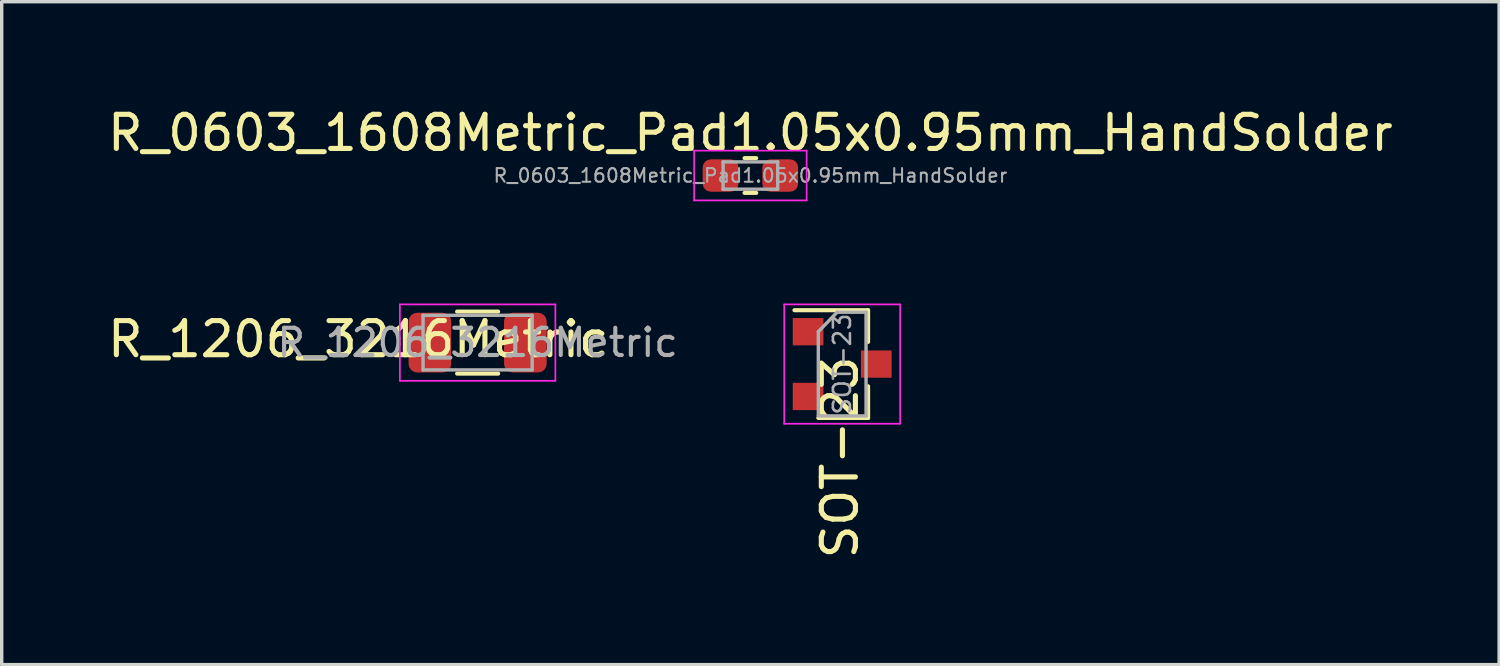
<source format=kicad_pcb>
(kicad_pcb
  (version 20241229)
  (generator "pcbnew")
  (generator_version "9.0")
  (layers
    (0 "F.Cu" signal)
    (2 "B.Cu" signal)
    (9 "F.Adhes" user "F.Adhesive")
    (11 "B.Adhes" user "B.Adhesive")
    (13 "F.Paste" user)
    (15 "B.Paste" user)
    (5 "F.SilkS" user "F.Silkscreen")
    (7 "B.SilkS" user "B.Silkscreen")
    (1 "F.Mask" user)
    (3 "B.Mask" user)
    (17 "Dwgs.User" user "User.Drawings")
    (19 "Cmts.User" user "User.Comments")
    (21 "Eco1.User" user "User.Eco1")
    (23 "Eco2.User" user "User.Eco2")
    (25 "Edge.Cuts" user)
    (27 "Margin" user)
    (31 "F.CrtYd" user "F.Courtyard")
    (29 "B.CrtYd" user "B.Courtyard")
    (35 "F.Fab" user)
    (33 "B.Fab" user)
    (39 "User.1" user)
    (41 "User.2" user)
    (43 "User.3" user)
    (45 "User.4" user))
  (footprint "R_0603_1608Metric_Pad1.05x0.95mm_HandSolder"
    (layer "F.Cu")
    (at 18.958 2.098)
    (property "Reference" "R_0603_1608Metric_Pad1.05x0.95mm_HandSolder" (at 0 -1.25 0) (layer "F.SilkS") (effects (font (size 1 1) (thickness 0.15))))
    (attr smd)
    (fp_line (start -0.171 -0.51) (end 0.171 -0.51) (stroke (width 0.12) (type solid)) (layer "F.SilkS"))
    (fp_line (start -0.171 0.51) (end 0.171 0.51) (stroke (width 0.12) (type solid)) (layer "F.SilkS"))
    (fp_line (start -1.65 -0.73) (end 1.65 -0.73) (stroke (width 0.05) (type solid)) (layer "F.CrtYd"))
    (fp_line (start -1.65 0.73) (end -1.65 -0.73) (stroke (width 0.05) (type solid)) (layer "F.CrtYd"))
    (fp_line (start 1.65 -0.73) (end 1.65 0.73) (stroke (width 0.05) (type solid)) (layer "F.CrtYd"))
    (fp_line (start 1.65 0.73) (end -1.65 0.73) (stroke (width 0.05) (type solid)) (layer "F.CrtYd"))
    (fp_line (start -0.8 -0.4) (end 0.8 -0.4) (stroke (width 0.1) (type solid)) (layer "F.Fab"))
    (fp_line (start -0.8 0.4) (end -0.8 -0.4) (stroke (width 0.1) (type solid)) (layer "F.Fab"))
    (fp_line (start 0.8 -0.4) (end 0.8 0.4) (stroke (width 0.1) (type solid)) (layer "F.Fab"))
    (fp_line (start 0.8 0.4) (end -0.8 0.4) (stroke (width 0.1) (type solid)) (layer "F.Fab"))
    (fp_text user "${REFERENCE}" (at 0 0 0) (layer "F.Fab") (effects (font (size 0.4 0.4) (thickness 0.06))))
    (pad "1" smd roundrect (at -0.875 0) (size 1.05 0.95) (layers "F.Cu" "F.Mask" "F.Paste") (roundrect_rratio 0.25))
    (pad "2" smd roundrect (at 0.875 0) (size 1.05 0.95) (layers "F.Cu" "F.Mask" "F.Paste") (roundrect_rratio 0.25)))
  (footprint "R_1206_3216Metric"
    (layer "F.Cu")
    (at 10.958 6.998)
    (property "Reference" "R_1206_3216Metric" (at -3.5 -0.1 0) (layer "F.SilkS") (effects (font (size 1 1) (thickness 0.15))))
    (attr smd)
    (fp_line (start -0.602 -0.91) (end 0.602 -0.91) (stroke (width 0.12) (type solid)) (layer "F.SilkS"))
    (fp_line (start -0.602 0.91) (end 0.602 0.91) (stroke (width 0.12) (type solid)) (layer "F.SilkS"))
    (fp_line (start -2.28 -1.12) (end 2.28 -1.12) (stroke (width 0.05) (type solid)) (layer "F.CrtYd"))
    (fp_line (start -2.28 1.12) (end -2.28 -1.12) (stroke (width 0.05) (type solid)) (layer "F.CrtYd"))
    (fp_line (start 2.28 -1.12) (end 2.28 1.12) (stroke (width 0.05) (type solid)) (layer "F.CrtYd"))
    (fp_line (start 2.28 1.12) (end -2.28 1.12) (stroke (width 0.05) (type solid)) (layer "F.CrtYd"))
    (fp_line (start -1.6 -0.8) (end 1.6 -0.8) (stroke (width 0.1) (type solid)) (layer "F.Fab"))
    (fp_line (start -1.6 0.8) (end -1.6 -0.8) (stroke (width 0.1) (type solid)) (layer "F.Fab"))
    (fp_line (start 1.6 -0.8) (end 1.6 0.8) (stroke (width 0.1) (type solid)) (layer "F.Fab"))
    (fp_line (start 1.6 0.8) (end -1.6 0.8) (stroke (width 0.1) (type solid)) (layer "F.Fab"))
    (fp_text user "${REFERENCE}" (at 0 0 0) (layer "F.Fab") (effects (font (size 0.8 0.8) (thickness 0.12))))
    (pad "1" smd roundrect (at -1.4 0) (size 1.25 1.75) (layers "F.Cu" "F.Mask" "F.Paste") (roundrect_rratio 0.2))
    (pad "2" smd roundrect (at 1.4 0) (size 1.25 1.75) (layers "F.Cu" "F.Mask" "F.Paste") (roundrect_rratio 0.2)))
  (footprint "SOT-23"
    (layer "F.Cu")
    (at 21.65 7.628)
    (property "Reference" "SOT-23" (at -0.067 2.737 90) (layer "F.SilkS") (effects (font (size 1 1) (thickness 0.15))))
    (attr smd)
    (fp_line (start 0.76 -1.58) (end -1.4 -1.58) (stroke (width 0.12) (type solid)) (layer "F.SilkS"))
    (fp_line (start 0.76 -1.58) (end 0.76 -0.65) (stroke (width 0.12) (type solid)) (layer "F.SilkS"))
    (fp_line (start 0.76 1.58) (end -0.7 1.58) (stroke (width 0.12) (type solid)) (layer "F.SilkS"))
    (fp_line (start 0.76 1.58) (end 0.76 0.65) (stroke (width 0.12) (type solid)) (layer "F.SilkS"))
    (fp_line (start -1.7 -1.75) (end 1.7 -1.75) (stroke (width 0.05) (type solid)) (layer "F.CrtYd"))
    (fp_line (start -1.7 1.75) (end -1.7 -1.75) (stroke (width 0.05) (type solid)) (layer "F.CrtYd"))
    (fp_line (start 1.7 -1.75) (end 1.7 1.75) (stroke (width 0.05) (type solid)) (layer "F.CrtYd"))
    (fp_line (start 1.7 1.75) (end -1.7 1.75) (stroke (width 0.05) (type solid)) (layer "F.CrtYd"))
    (fp_line (start -0.7 -0.95) (end -0.7 1.5) (stroke (width 0.1) (type solid)) (layer "F.Fab"))
    (fp_line (start -0.7 -0.95) (end -0.15 -1.52) (stroke (width 0.1) (type solid)) (layer "F.Fab"))
    (fp_line (start -0.7 1.52) (end 0.7 1.52) (stroke (width 0.1) (type solid)) (layer "F.Fab"))
    (fp_line (start -0.15 -1.52) (end 0.7 -1.52) (stroke (width 0.1) (type solid)) (layer "F.Fab"))
    (fp_line (start 0.7 -1.52) (end 0.7 1.52) (stroke (width 0.1) (type solid)) (layer "F.Fab"))
    (fp_text user "${REFERENCE}" (at 0 0 90) (layer "F.Fab") (effects (font (size 0.5 0.5) (thickness 0.075))))
    (pad "1" smd rect (at -1 -0.95) (size 0.9 0.8) (layers "F.Cu" "F.Mask" "F.Paste"))
    (pad "2" smd rect (at -1 0.95) (size 0.9 0.8) (layers "F.Cu" "F.Mask" "F.Paste"))
    (pad "3" smd rect (at 1 0) (size 0.9 0.8) (layers "F.Cu" "F.Mask" "F.Paste")))
  (gr_rect
    (start -3 -3)
    (end 40.917 16.443)
    (stroke (width 0.1) (type default))
    (fill no)
    (layer "Edge.Cuts")))
</source>
